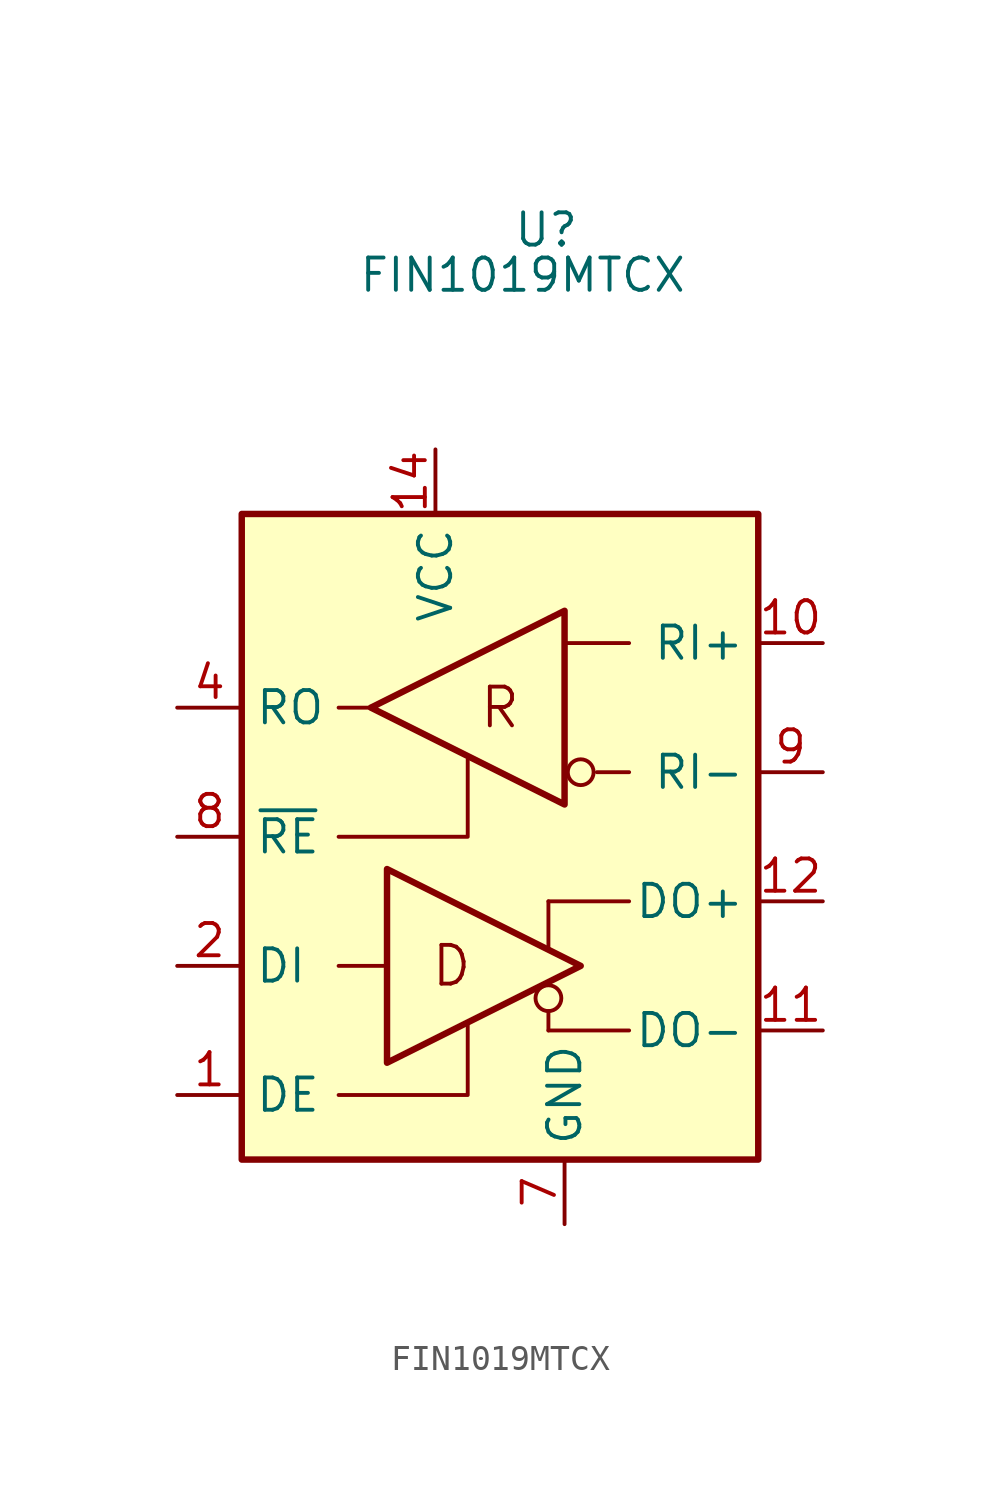
<source format=kicad_sym>
(kicad_symbol_lib
  (version 20241209)
  (generator "kicad_symbol_editor")
  (generator_version "9.0")
  (symbol "FIN1019MTCX"
    (property "Reference" "U"
      (at -0.762 23.876 0)
      (effects (font (size 1.27 1.27)) (justify left)))
    (property "Value" "FIN1019MTCX"
      (at -6.858 22.098 0)
      (effects (font (size 1.27 1.27)) (justify left)))
    (symbol "FIN1019MTCX_0_0"
      (rectangle (start -11.43 12.7) (end 8.89 -12.7) (stroke (width 0.254) (type default)) (fill (type background)))
      (polyline (pts (xy 0.635 -4.445) (xy 0.635 -2.54)) (stroke (width 0) (type default)) (fill (type none)))
      (circle (center 0.635 -6.35) (radius 0.508) (stroke (width 0) (type default)) (fill (type none)))
      (polyline (pts (xy 0.635 -6.858) (xy 0.635 -7.62)) (stroke (width 0) (type default)) (fill (type none)))
      (circle (center 1.905 2.54) (radius 0.508) (stroke (width 0) (type default)) (fill (type none)))
      (text "D" (at -3.175 -5.08 0) (effects (font (size 1.524 1.524))))
      (text "R" (at -1.27 5.08 0) (effects (font (size 1.524 1.524)))))
    (symbol "FIN1019MTCX_0_1"
      (polyline (pts (xy -7.62 5.08) (xy -6.35 5.08)) (stroke (width 0) (type default)) (fill (type none)))
      (polyline (pts (xy -7.62 0) (xy -2.54 0) (xy -2.54 3.048)) (stroke (width 0) (type default)) (fill (type none)))
      (polyline (pts (xy -7.62 -5.08) (xy -5.715 -5.08)) (stroke (width 0) (type default)) (fill (type none)))
      (polyline (pts (xy -7.62 -10.16) (xy -2.54 -10.16) (xy -2.54 -7.366)) (stroke (width 0) (type default)) (fill (type none)))
      (polyline (pts (xy -5.715 -8.89) (xy -5.715 -1.27) (xy 1.905 -5.08) (xy -5.715 -8.89)) (stroke (width 0.254) (type default)) (fill (type none)))
      (polyline (pts (xy 0.635 -7.62) (xy 3.81 -7.62)) (stroke (width 0) (type default)) (fill (type none)))
      (polyline (pts (xy 1.27 8.89) (xy 1.27 1.27) (xy -6.35 5.08) (xy 1.27 8.89)) (stroke (width 0.254) (type default)) (fill (type none)))
      (polyline (pts (xy 1.27 7.62) (xy 3.81 7.62)) (stroke (width 0) (type default)) (fill (type none)))
      (polyline (pts (xy 3.81 2.54) (xy 2.54 2.54)) (stroke (width 0) (type default)) (fill (type none)))
      (polyline (pts (xy 3.81 -2.54) (xy 0.635 -2.54)) (stroke (width 0) (type default)) (fill (type none))))
    (symbol "FIN1019MTCX_1_1"
      (pin tri_state line (at -13.97 5.08 0) (length 2.54) (name "RO" (effects (font (size 1.27 1.27)))) (number "4" (effects (font (size 1.27 1.27)))))
      (pin input line (at -13.97 0 0) (length 2.54) (name "~{RE}" (effects (font (size 1.27 1.27)))) (number "8" (effects (font (size 1.27 1.27)))))
      (pin input line (at -13.97 -5.08 0) (length 2.54) (name "DI" (effects (font (size 1.27 1.27)))) (number "2" (effects (font (size 1.27 1.27)))))
      (pin input line (at -13.97 -10.16 0) (length 2.54) (name "DE" (effects (font (size 1.27 1.27)))) (number "1" (effects (font (size 1.27 1.27)))))
      (pin power_in line (at -3.81 15.24 270) (length 2.54) (name "VCC" (effects (font (size 1.27 1.27)))) (number "14" (effects (font (size 1.27 1.27)))))
      (pin no_connect line (at -1.27 12.7 270) (length 2.54) (hide yes) (name "NC" (effects (font (size 1.27 1.27)))) (number "3" (effects (font (size 1.27 1.27)))))
      (pin no_connect line (at 1.27 12.7 270) (length 2.54) (hide yes) (name "NC" (effects (font (size 1.27 1.27)))) (number "5" (effects (font (size 1.27 1.27)))))
      (pin power_in line (at 1.27 -15.24 90) (length 2.54) (name "GND" (effects (font (size 1.27 1.27)))) (number "7" (effects (font (size 1.27 1.27)))))
      (pin no_connect line (at 3.81 12.7 270) (length 2.54) (hide yes) (name "NC" (effects (font (size 1.27 1.27)))) (number "6" (effects (font (size 1.27 1.27)))))
      (pin no_connect line (at 6.35 12.7 270) (length 2.54) (hide yes) (name "NC" (effects (font (size 1.27 1.27)))) (number "13" (effects (font (size 1.27 1.27)))))
      (pin input line (at 11.43 7.62 180) (length 2.54) (name "RI+" (effects (font (size 1.27 1.27)))) (number "10" (effects (font (size 1.27 1.27)))))
      (pin input line (at 11.43 2.54 180) (length 2.54) (name "RI-" (effects (font (size 1.27 1.27)))) (number "9" (effects (font (size 1.27 1.27)))))
      (pin tri_state line (at 11.43 -2.54 180) (length 2.54) (name "DO+" (effects (font (size 1.27 1.27)))) (number "12" (effects (font (size 1.27 1.27)))))
      (pin tri_state line (at 11.43 -7.62 180) (length 2.54) (name "DO-" (effects (font (size 1.27 1.27)))) (number "11" (effects (font (size 1.27 1.27))))))))
</source>
